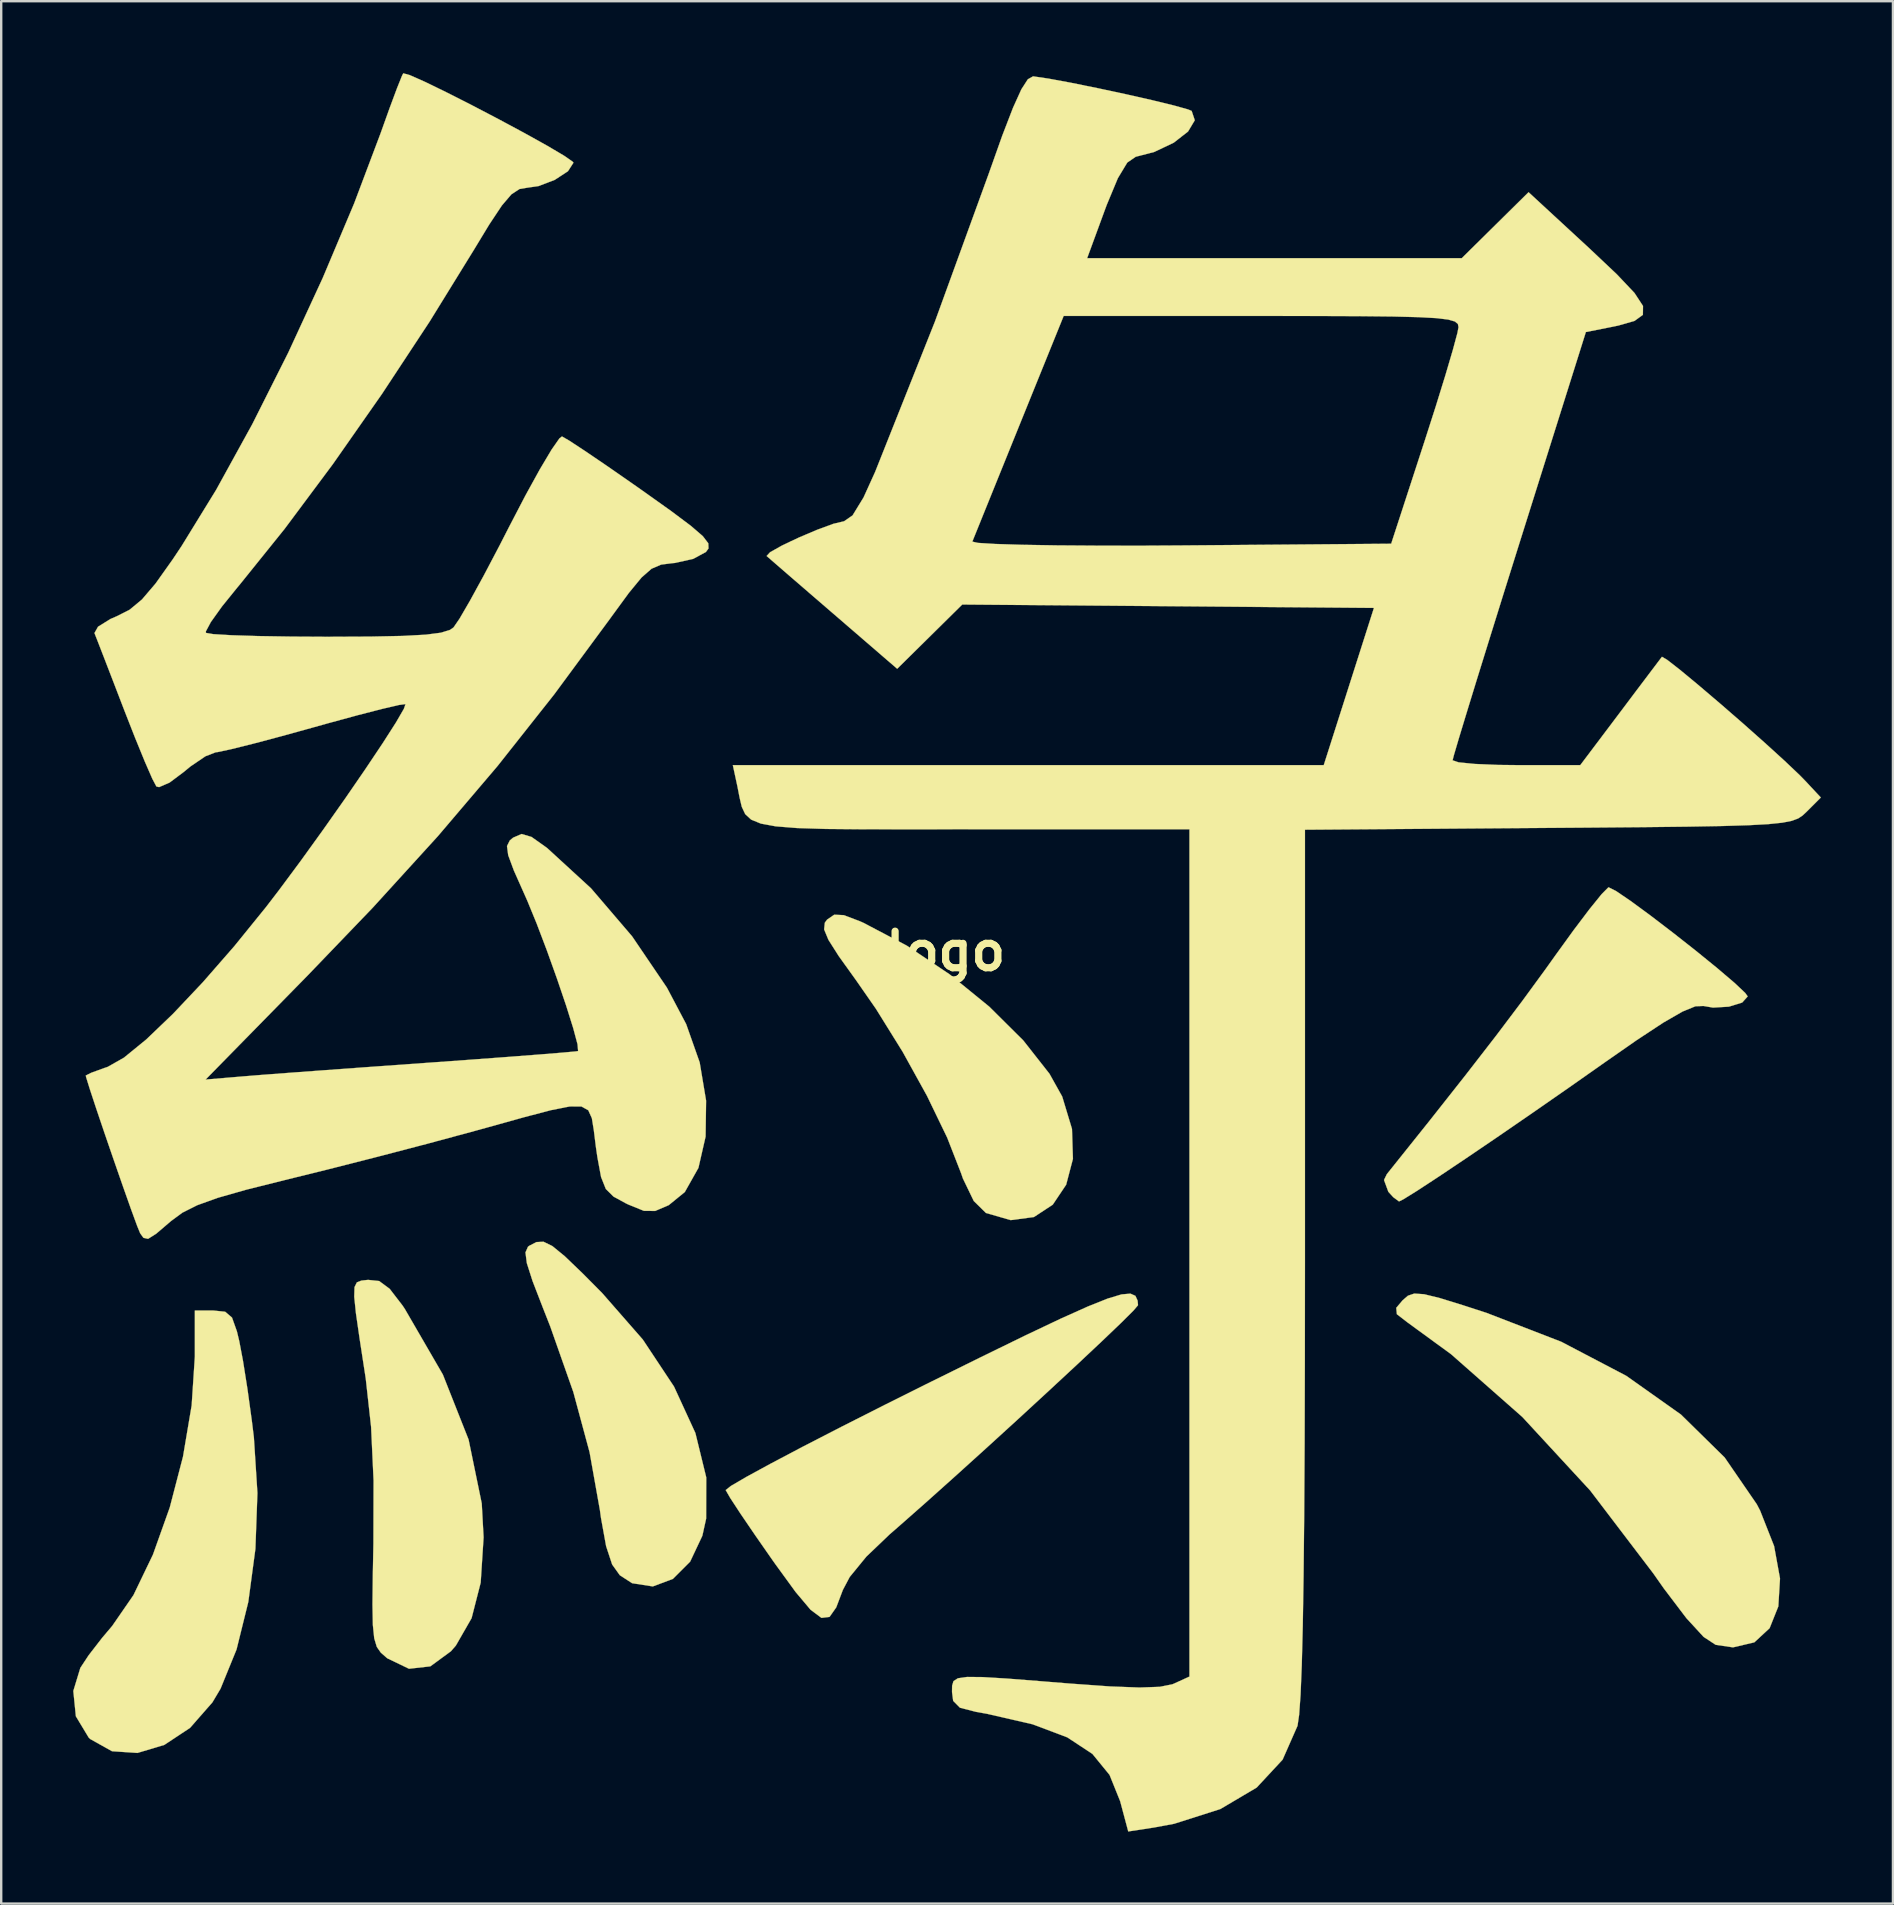
<source format=kicad_pcb>
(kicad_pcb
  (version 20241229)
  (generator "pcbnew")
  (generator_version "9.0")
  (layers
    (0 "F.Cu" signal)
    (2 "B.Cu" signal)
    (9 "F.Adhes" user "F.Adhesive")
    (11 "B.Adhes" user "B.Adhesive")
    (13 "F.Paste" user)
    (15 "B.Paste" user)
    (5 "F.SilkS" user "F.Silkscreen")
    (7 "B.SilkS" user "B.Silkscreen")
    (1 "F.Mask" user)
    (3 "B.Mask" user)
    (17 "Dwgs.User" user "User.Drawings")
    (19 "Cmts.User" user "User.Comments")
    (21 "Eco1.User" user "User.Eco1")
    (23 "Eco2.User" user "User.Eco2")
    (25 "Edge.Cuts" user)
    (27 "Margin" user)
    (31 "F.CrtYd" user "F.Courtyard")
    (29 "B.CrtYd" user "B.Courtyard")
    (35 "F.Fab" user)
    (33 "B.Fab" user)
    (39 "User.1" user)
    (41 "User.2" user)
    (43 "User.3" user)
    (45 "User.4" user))
  (footprint "logo"
    (layer "F.Cu")
    (at 36.351 36.584)
    (property "Reference" "logo" (at 0 0 0) (layer "F.SilkS") (effects (font (size 1.524 1.524) (thickness 0.3))))
    (attr through_hole)
    (fp_poly (pts (xy -16.387 12.285) (xy -15.87 12.708) (xy -15.124 13.425) (xy -14.312 14.243) (xy -12.617 16.181) (xy -11.315 18.144) (xy -10.426 20.077) (xy -9.973 21.928) (xy -9.978 23.642) (xy -10.136 24.357) (xy -10.645 25.436) (xy -11.363 26.154) (xy -12.2 26.468) (xy -13.062 26.334) (xy -13.574 26.002) (xy -13.894 25.555) (xy -14.146 24.791) (xy -14.36 23.611) (xy -14.403 23.297) (xy -14.835 20.874) (xy -15.512 18.368) (xy -16.475 15.632) (xy -16.772 14.878) (xy -17.212 13.74) (xy -17.45 12.995) (xy -17.506 12.55) (xy -17.401 12.314) (xy -17.35 12.275) (xy -17.049 12.12) (xy -16.754 12.106) (xy -16.387 12.285)) (stroke (width 0.01) (type solid)) (fill yes) (layer "F.SilkS"))
    (fp_poly (pts (xy -4.24 -1.502) (xy -3.567 -1.246) (xy -3.423 -1.182) (xy -1.614 -0.23) (xy 0.166 0.963) (xy 1.817 2.309) (xy 3.238 3.72) (xy 4.328 5.107) (xy 4.858 6.056) (xy 5.266 7.405) (xy 5.305 8.653) (xy 5.023 9.729) (xy 4.465 10.561) (xy 3.679 11.077) (xy 2.712 11.205) (xy 1.68 10.907) (xy 1.173 10.408) (xy 0.721 9.471) (xy 0.646 9.254) (xy 0.066 7.768) (xy -0.775 6.028) (xy -1.793 4.187) (xy -2.904 2.399) (xy -3.737 1.201) (xy -4.456 0.199) (xy -4.883 -0.474) (xy -5.062 -0.906) (xy -5.033 -1.187) (xy -4.938 -1.316) (xy -4.64 -1.521) (xy -4.24 -1.502)) (stroke (width 0.01) (type solid)) (fill yes) (layer "F.SilkS"))
    (fp_poly (pts (xy 19.938 14.293) (xy 20.589 14.452) (xy 21.578 14.758) (xy 22.548 15.074) (xy 25.653 16.274) (xy 28.36 17.692) (xy 30.639 19.306) (xy 32.462 21.097) (xy 33.799 23.043) (xy 33.939 23.311) (xy 34.521 24.787) (xy 34.767 26.138) (xy 34.697 27.299) (xy 34.334 28.208) (xy 33.697 28.798) (xy 32.809 29.007) (xy 32.086 28.901) (xy 31.584 28.571) (xy 30.866 27.79) (xy 29.923 26.547) (xy 29.485 25.923) (xy 26.856 22.469) (xy 24.03 19.407) (xy 21.06 16.791) (xy 19.241 15.464) (xy 18.802 15.125) (xy 18.777 14.86) (xy 19.042 14.546) (xy 19.263 14.355) (xy 19.529 14.265) (xy 19.938 14.293)) (stroke (width 0.01) (type solid)) (fill yes) (layer "F.SilkS"))
    (fp_poly (pts (xy -30.019 15.023) (xy -29.734 15.266) (xy -29.53 15.839) (xy -29.433 16.243) (xy -29.276 17.07) (xy -29.091 18.238) (xy -28.909 19.556) (xy -28.823 20.253) (xy -28.675 22.577) (xy -28.759 24.903) (xy -29.055 27.114) (xy -29.545 29.095) (xy -30.212 30.729) (xy -30.551 31.299) (xy -31.482 32.361) (xy -32.556 33.072) (xy -33.673 33.406) (xy -34.734 33.335) (xy -35.64 32.828) (xy -35.706 32.765) (xy -36.24 31.879) (xy -36.346 30.823) (xy -36.053 29.861) (xy -35.706 29.335) (xy -35.144 28.609) (xy -34.725 28.113) (xy -33.84 26.831) (xy -33.028 25.143) (xy -32.327 23.177) (xy -31.776 21.061) (xy -31.415 18.924) (xy -31.282 16.892) (xy -31.282 16.855) (xy -31.282 14.973) (xy -30.502 14.973) (xy -30.019 15.023)) (stroke (width 0.01) (type solid)) (fill yes) (layer "F.SilkS"))
    (fp_poly (pts (xy -23.603 13.743) (xy -23.166 14.066) (xy -22.631 14.76) (xy -22.538 14.898) (xy -20.948 17.641) (xy -19.876 20.35) (xy -19.328 23.01) (xy -19.251 24.423) (xy -19.372 26.31) (xy -19.751 27.79) (xy -20.407 28.933) (xy -20.611 29.168) (xy -21.47 29.798) (xy -22.36 29.898) (xy -23.258 29.466) (xy -23.298 29.434) (xy -23.535 29.225) (xy -23.701 28.987) (xy -23.808 28.631) (xy -23.865 28.072) (xy -23.881 27.221) (xy -23.867 25.991) (xy -23.842 24.688) (xy -23.835 22.057) (xy -23.939 19.813) (xy -24.16 17.819) (xy -24.186 17.646) (xy -24.417 16.143) (xy -24.57 15.087) (xy -24.641 14.399) (xy -24.629 13.996) (xy -24.531 13.799) (xy -24.344 13.725) (xy -24.065 13.695) (xy -24.063 13.695) (xy -23.603 13.743)) (stroke (width 0.01) (type solid)) (fill yes) (layer "F.SilkS"))
    (fp_poly (pts (xy 27.93 -2.51) (xy 28.541 -2.095) (xy 29.365 -1.49) (xy 30.305 -0.771) (xy 31.267 -0.014) (xy 32.153 0.707) (xy 32.869 1.317) (xy 33.317 1.739) (xy 33.421 1.884) (xy 33.19 2.14) (xy 32.637 2.311) (xy 31.975 2.35) (xy 31.578 2.282) (xy 31.242 2.295) (xy 30.704 2.515) (xy 29.906 2.975) (xy 28.795 3.706) (xy 27.481 4.621) (xy 25.967 5.685) (xy 24.447 6.741) (xy 22.988 7.745) (xy 21.654 8.651) (xy 20.512 9.415) (xy 19.627 9.994) (xy 19.064 10.343) (xy 18.892 10.427) (xy 18.653 10.25) (xy 18.448 10.026) (xy 18.267 9.533) (xy 18.384 9.291) (xy 20.173 7.054) (xy 21.673 5.153) (xy 22.941 3.516) (xy 24.032 2.069) (xy 25.003 0.741) (xy 25.4 0.184) (xy 26.166 -0.875) (xy 26.833 -1.757) (xy 27.335 -2.377) (xy 27.609 -2.654) (xy 27.628 -2.661) (xy 27.93 -2.51)) (stroke (width 0.01) (type solid)) (fill yes) (layer "F.SilkS"))
    (fp_poly (pts (xy 7.909 14.36) (xy 8 14.56) (xy 8.017 14.751) (xy 7.829 14.972) (xy 7.303 15.495) (xy 6.498 16.265) (xy 5.475 17.226) (xy 4.292 18.324) (xy 3.011 19.504) (xy 1.69 20.709) (xy 0.389 21.886) (xy -0.832 22.979) (xy -1.913 23.933) (xy -2.329 24.295) (xy -3.303 25.226) (xy -3.995 26.073) (xy -4.281 26.613) (xy -4.557 27.341) (xy -4.836 27.738) (xy -5.173 27.779) (xy -5.626 27.441) (xy -6.248 26.702) (xy -7.096 25.537) (xy -7.198 25.393) (xy -7.933 24.338) (xy -8.547 23.436) (xy -8.977 22.778) (xy -9.161 22.458) (xy -9.163 22.452) (xy -8.947 22.282) (xy -8.303 21.905) (xy -7.287 21.351) (xy -5.953 20.647) (xy -4.353 19.823) (xy -2.542 18.906) (xy -0.824 18.048) (xy 1.466 16.917) (xy 3.323 16.01) (xy 4.794 15.312) (xy 5.922 14.806) (xy 6.752 14.474) (xy 7.331 14.3) (xy 7.701 14.268) (xy 7.909 14.36)) (stroke (width 0.01) (type solid)) (fill yes) (layer "F.SilkS"))
    (fp_poly (pts (xy 3.654 -36.452) (xy 4.286 -36.359) (xy 5.223 -36.186) (xy 6.341 -35.959) (xy 7.513 -35.708) (xy 8.615 -35.458) (xy 9.521 -35.237) (xy 10.105 -35.073) (xy 10.252 -35.012) (xy 10.383 -34.623) (xy 10.102 -34.154) (xy 9.505 -33.688) (xy 8.692 -33.302) (xy 7.921 -33.102) (xy 7.569 -32.86) (xy 7.178 -32.211) (xy 6.715 -31.1) (xy 6.658 -30.948) (xy 5.897 -28.876) (xy 21.506 -28.876) (xy 24.29 -31.625) (xy 26.844 -29.267) (xy 27.969 -28.204) (xy 28.702 -27.429) (xy 29.059 -26.885) (xy 29.054 -26.515) (xy 28.704 -26.262) (xy 28.025 -26.068) (xy 27.753 -26.012) (xy 26.678 -25.799) (xy 23.901 -16.977) (xy 23.25 -14.903) (xy 22.654 -12.991) (xy 22.129 -11.301) (xy 21.696 -9.892) (xy 21.372 -8.825) (xy 21.176 -8.159) (xy 21.124 -7.954) (xy 21.371 -7.87) (xy 22.04 -7.803) (xy 23.018 -7.762) (xy 23.784 -7.754) (xy 26.445 -7.754) (xy 28.107 -9.959) (xy 28.804 -10.886) (xy 29.374 -11.641) (xy 29.745 -12.132) (xy 29.848 -12.268) (xy 30.064 -12.142) (xy 30.593 -11.73) (xy 31.348 -11.105) (xy 32.247 -10.34) (xy 33.205 -9.508) (xy 34.136 -8.681) (xy 34.958 -7.933) (xy 35.586 -7.337) (xy 35.813 -7.105) (xy 36.468 -6.404) (xy 35.873 -5.809) (xy 35.711 -5.657) (xy 35.524 -5.532) (xy 35.259 -5.433) (xy 34.862 -5.355) (xy 34.282 -5.295) (xy 33.464 -5.25) (xy 32.356 -5.216) (xy 30.904 -5.19) (xy 29.056 -5.169) (xy 26.758 -5.15) (xy 25.125 -5.138) (xy 14.973 -5.062) (xy 14.973 12.992) (xy 14.969 17.004) (xy 14.959 20.502) (xy 14.941 23.505) (xy 14.915 26.035) (xy 14.882 28.111) (xy 14.84 29.753) (xy 14.79 30.982) (xy 14.73 31.818) (xy 14.663 32.276) (xy 14.041 33.687) (xy 12.961 34.849) (xy 11.447 35.744) (xy 9.524 36.357) (xy 8.685 36.513) (xy 7.61 36.678) (xy 7.273 35.417) (xy 6.831 34.321) (xy 6.117 33.447) (xy 5.07 32.757) (xy 3.627 32.213) (xy 1.728 31.776) (xy 1.27 31.695) (xy 0.599 31.523) (xy 0.315 31.237) (xy 0.267 30.869) (xy 0.271 30.604) (xy 0.328 30.414) (xy 0.512 30.295) (xy 0.894 30.24) (xy 1.546 30.246) (xy 2.539 30.306) (xy 3.946 30.416) (xy 5.157 30.514) (xy 6.848 30.635) (xy 8.08 30.681) (xy 8.922 30.651) (xy 9.444 30.547) (xy 9.511 30.52) (xy 10.16 30.224) (xy 10.16 -5.08) (xy 1.079 -5.08) (xy -1.407 -5.078) (xy -3.412 -5.08) (xy -4.99 -5.094) (xy -6.194 -5.132) (xy -7.079 -5.203) (xy -7.697 -5.317) (xy -8.103 -5.483) (xy -8.351 -5.713) (xy -8.493 -6.015) (xy -8.584 -6.399) (xy -8.677 -6.877) (xy -8.679 -6.885) (xy -8.866 -7.754) (xy 15.756 -7.754) (xy 17.847 -14.304) (xy 0.693 -14.445) (xy -2.018 -11.768) (xy -4.685 -14.069) (xy -5.683 -14.93) (xy -6.528 -15.66) (xy -7.14 -16.191) (xy -7.442 -16.453) (xy -7.458 -16.468) (xy -7.313 -16.625) (xy -6.815 -16.904) (xy -6.474 -17.066) (xy 1.113 -17.066) (xy 1.348 -17.013) (xy 2.055 -16.969) (xy 3.174 -16.934) (xy 4.643 -16.91) (xy 6.401 -16.898) (xy 8.384 -16.899) (xy 9.794 -16.907) (xy 18.565 -16.978) (xy 19.959 -21.256) (xy 20.425 -22.708) (xy 20.827 -24.007) (xy 21.136 -25.056) (xy 21.326 -25.762) (xy 21.371 -26.002) (xy 21.346 -26.133) (xy 21.222 -26.238) (xy 20.945 -26.318) (xy 20.459 -26.378) (xy 19.709 -26.419) (xy 18.641 -26.446) (xy 17.2 -26.461) (xy 15.33 -26.468) (xy 13.154 -26.469) (xy 4.919 -26.469) (xy 3.061 -21.882) (xy 2.468 -20.416) (xy 1.943 -19.119) (xy 1.52 -18.073) (xy 1.232 -17.361) (xy 1.113 -17.066) (xy -6.474 -17.066) (xy -6.111 -17.238) (xy -5.35 -17.561) (xy -4.679 -17.808) (xy -4.246 -17.911) (xy -4.236 -17.911) (xy -3.877 -18.159) (xy -3.419 -18.907) (xy -2.939 -19.965) (xy -0.444 -26.236) (xy 1.781 -32.352) (xy 2.359 -33.979) (xy 2.81 -35.148) (xy 3.157 -35.913) (xy 3.426 -36.33) (xy 3.643 -36.453) (xy 3.654 -36.452)) (stroke (width 0.01) (type solid)) (fill yes) (layer "F.SilkS"))
    (fp_poly (pts (xy -22.332 -36.507) (xy -21.7 -36.227) (xy -20.804 -35.791) (xy -19.745 -35.254) (xy -18.623 -34.667) (xy -17.54 -34.085) (xy -16.597 -33.56) (xy -15.895 -33.145) (xy -15.534 -32.893) (xy -15.507 -32.854) (xy -15.735 -32.5) (xy -16.287 -32.139) (xy -16.965 -31.88) (xy -17.405 -31.817) (xy -17.752 -31.76) (xy -18.09 -31.539) (xy -18.487 -31.075) (xy -19.009 -30.29) (xy -19.664 -29.21) (xy -21.503 -26.23) (xy -23.489 -23.215) (xy -25.532 -20.295) (xy -27.542 -17.598) (xy -29.428 -15.255) (xy -29.502 -15.168) (xy -30.152 -14.364) (xy -30.616 -13.715) (xy -30.824 -13.324) (xy -30.82 -13.263) (xy -30.513 -13.211) (xy -29.759 -13.166) (xy -28.646 -13.131) (xy -27.26 -13.109) (xy -25.776 -13.101) (xy -23.962 -13.109) (xy -22.613 -13.137) (xy -21.658 -13.189) (xy -21.027 -13.271) (xy -20.65 -13.388) (xy -20.504 -13.49) (xy -20.254 -13.854) (xy -19.817 -14.606) (xy -19.244 -15.653) (xy -18.585 -16.906) (xy -18.178 -17.701) (xy -17.508 -18.988) (xy -16.906 -20.08) (xy -16.418 -20.9) (xy -16.09 -21.369) (xy -15.985 -21.449) (xy -15.684 -21.275) (xy -15.035 -20.849) (xy -14.122 -20.229) (xy -13.034 -19.473) (xy -12.656 -19.208) (xy -11.441 -18.343) (xy -10.612 -17.722) (xy -10.114 -17.291) (xy -9.888 -16.996) (xy -9.88 -16.781) (xy -9.987 -16.635) (xy -10.518 -16.347) (xy -11.281 -16.177) (xy -11.382 -16.169) (xy -11.855 -16.108) (xy -12.254 -15.936) (xy -12.671 -15.57) (xy -13.198 -14.93) (xy -13.927 -13.933) (xy -13.972 -13.87) (xy -16.31 -10.7) (xy -18.669 -7.717) (xy -21.155 -4.795) (xy -23.876 -1.807) (xy -26.575 1.003) (xy -30.835 5.348) (xy -29.254 5.215) (xy -28.523 5.156) (xy -27.36 5.068) (xy -25.868 4.958) (xy -24.149 4.833) (xy -22.305 4.701) (xy -21.523 4.645) (xy -19.772 4.519) (xy -18.209 4.403) (xy -16.911 4.303) (xy -15.952 4.225) (xy -15.408 4.175) (xy -15.313 4.16) (xy -15.337 3.877) (xy -15.517 3.205) (xy -15.815 2.256) (xy -16.194 1.14) (xy -16.614 -0.032) (xy -17.039 -1.151) (xy -17.43 -2.104) (xy -17.542 -2.356) (xy -17.99 -3.363) (xy -18.226 -4) (xy -18.276 -4.38) (xy -18.16 -4.614) (xy -18.021 -4.731) (xy -17.667 -4.884) (xy -17.253 -4.761) (xy -16.62 -4.312) (xy -16.598 -4.294) (xy -14.774 -2.62) (xy -13.064 -0.621) (xy -11.612 1.519) (xy -10.81 3.039) (xy -10.247 4.634) (xy -9.98 6.228) (xy -10.001 7.725) (xy -10.299 9.027) (xy -10.867 10.036) (xy -11.536 10.581) (xy -12.101 10.823) (xy -12.574 10.818) (xy -13.217 10.557) (xy -13.317 10.509) (xy -13.838 10.225) (xy -14.158 9.908) (xy -14.356 9.411) (xy -14.509 8.586) (xy -14.572 8.155) (xy -14.658 7.463) (xy -14.74 6.957) (xy -14.889 6.628) (xy -15.175 6.469) (xy -15.671 6.471) (xy -16.448 6.624) (xy -17.578 6.921) (xy -19.132 7.354) (xy -19.785 7.534) (xy -21.605 8.025) (xy -23.679 8.567) (xy -25.748 9.094) (xy -27.525 9.533) (xy -29.143 9.938) (xy -30.332 10.277) (xy -31.186 10.585) (xy -31.801 10.894) (xy -32.272 11.241) (xy -32.28 11.248) (xy -32.891 11.77) (xy -33.231 11.985) (xy -33.425 11.942) (xy -33.56 11.755) (xy -33.687 11.444) (xy -33.941 10.751) (xy -34.279 9.796) (xy -34.661 8.698) (xy -35.047 7.576) (xy -35.394 6.549) (xy -35.662 5.736) (xy -35.811 5.255) (xy -35.827 5.18) (xy -35.603 5.067) (xy -35.048 4.865) (xy -34.916 4.821) (xy -34.238 4.437) (xy -33.31 3.68) (xy -32.194 2.611) (xy -30.95 1.294) (xy -29.638 -0.209) (xy -28.319 -1.836) (xy -27.779 -2.54) (xy -26.871 -3.763) (xy -25.935 -5.062) (xy -25.019 -6.362) (xy -24.175 -7.59) (xy -23.452 -8.671) (xy -22.901 -9.532) (xy -22.572 -10.1) (xy -22.505 -10.296) (xy -22.781 -10.259) (xy -23.476 -10.097) (xy -24.498 -9.834) (xy -25.754 -9.492) (xy -26.308 -9.337) (xy -27.663 -8.962) (xy -28.854 -8.646) (xy -29.777 -8.416) (xy -30.327 -8.298) (xy -30.415 -8.288) (xy -30.842 -8.122) (xy -31.461 -7.702) (xy -31.748 -7.466) (xy -32.337 -7.025) (xy -32.772 -6.837) (xy -32.885 -6.864) (xy -33.056 -7.189) (xy -33.369 -7.906) (xy -33.779 -8.909) (xy -34.217 -10.026) (xy -34.671 -11.207) (xy -35.059 -12.213) (xy -35.339 -12.935) (xy -35.465 -13.257) (xy -35.316 -13.521) (xy -34.802 -13.841) (xy -34.537 -13.956) (xy -33.999 -14.229) (xy -33.488 -14.653) (xy -32.919 -15.32) (xy -32.208 -16.321) (xy -31.838 -16.876) (xy -30.397 -19.22) (xy -28.893 -21.952) (xy -27.391 -24.939) (xy -25.955 -28.05) (xy -24.647 -31.152) (xy -23.543 -34.08) (xy -23.169 -35.125) (xy -22.857 -35.963) (xy -22.651 -36.476) (xy -22.598 -36.579) (xy -22.332 -36.507)) (stroke (width 0.01) (type solid)) (fill yes) (layer "F.SilkS")))
  (gr_rect
    (start -3 -3)
    (end 75.824 76.267)
    (stroke (width 0.1) (type default))
    (fill no)
    (layer "Edge.Cuts")))
</source>
